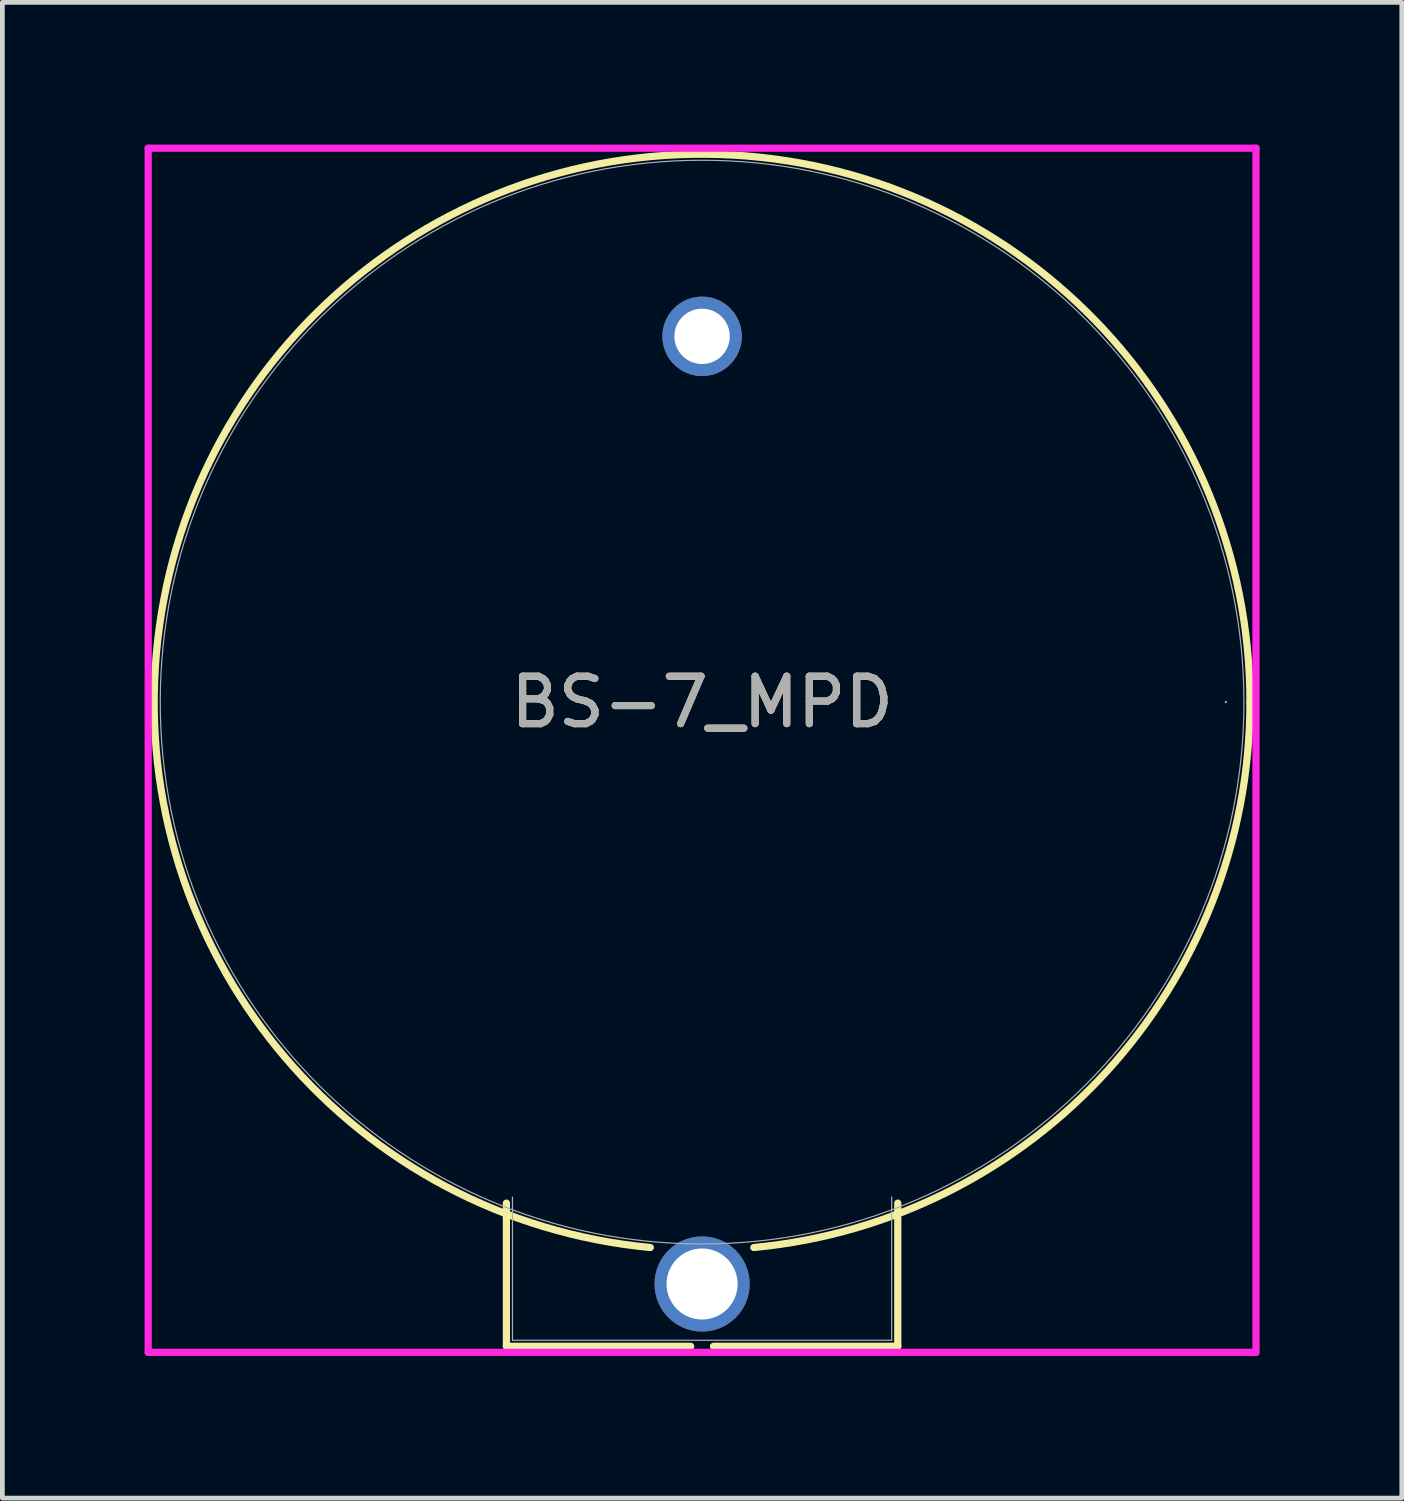
<source format=kicad_pcb>
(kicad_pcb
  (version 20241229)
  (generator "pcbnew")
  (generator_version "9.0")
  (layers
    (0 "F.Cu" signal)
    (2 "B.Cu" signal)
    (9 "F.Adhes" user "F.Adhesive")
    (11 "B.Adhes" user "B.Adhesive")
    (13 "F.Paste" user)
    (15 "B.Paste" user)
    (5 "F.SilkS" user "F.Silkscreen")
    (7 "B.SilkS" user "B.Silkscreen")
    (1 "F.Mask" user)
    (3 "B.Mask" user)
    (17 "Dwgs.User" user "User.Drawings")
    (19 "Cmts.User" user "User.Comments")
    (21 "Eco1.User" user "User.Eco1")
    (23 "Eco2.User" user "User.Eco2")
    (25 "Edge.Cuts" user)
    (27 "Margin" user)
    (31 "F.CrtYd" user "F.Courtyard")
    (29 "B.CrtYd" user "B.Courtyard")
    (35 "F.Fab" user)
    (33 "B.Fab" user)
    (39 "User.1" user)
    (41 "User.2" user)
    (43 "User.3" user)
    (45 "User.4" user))
  (footprint "BS-7_MPD"
    (layer "F.Cu")
    (at 11.76 4.045)
    (property "Reference" "BS-7_MPD" (at 0 7.715 0) (unlocked yes) (layer "F.SilkS") (effects (font (size 1 1) (thickness 0.15))))
    (attr through_hole)
    (fp_line (start -4.128 18.284) (end -4.128 21.304) (stroke (width 0.152) (type solid)) (layer "F.SilkS"))
    (fp_line (start -4.128 21.304) (end -0.241 21.304) (stroke (width 0.152) (type solid)) (layer "F.SilkS"))
    (fp_line (start 0.241 21.304) (end 4.128 21.304) (stroke (width 0.152) (type solid)) (layer "F.SilkS"))
    (fp_line (start 4.128 21.304) (end 4.128 18.284) (stroke (width 0.152) (type solid)) (layer "F.SilkS"))
    (fp_arc (start -1.092168 19.220278) (mid -7.776312 -0.834457) (end 11.557 7.715) (stroke (width 0.1524) (type solid)) (layer "F.SilkS"))
    (fp_arc (start 11.557 7.715006) (mid 8.549455 15.491315) (end 1.092168 19.220278) (stroke (width 0.1524) (type solid)) (layer "F.SilkS"))
    (fp_line (start -11.684 -3.969) (end 11.684 -3.969) (stroke (width 0.152) (type solid)) (layer "F.CrtYd"))
    (fp_line (start -11.684 21.431) (end -11.684 -3.969) (stroke (width 0.152) (type solid)) (layer "F.CrtYd"))
    (fp_line (start 11.684 -3.969) (end 11.684 21.431) (stroke (width 0.152) (type solid)) (layer "F.CrtYd"))
    (fp_line (start 11.684 21.431) (end -11.684 21.431) (stroke (width 0.152) (type solid)) (layer "F.CrtYd"))
    (fp_line (start -4 18.157) (end -4 21.177) (stroke (width 0.025) (type solid)) (layer "F.Fab"))
    (fp_line (start -4 21.177) (end 4 21.177) (stroke (width 0.025) (type solid)) (layer "F.Fab"))
    (fp_line (start 4 21.177) (end 4 18.157) (stroke (width 0.025) (type solid)) (layer "F.Fab"))
    (fp_circle (center 0 7.715) (end 11.43 7.715) (stroke (width 0.025) (type solid)) (fill no) (layer "F.Fab"))
    (fp_circle (center 11.049 7.715) (end 11.049 7.715) (stroke (width 0.025) (type solid)) (fill no) (layer "F.Fab"))
    (fp_text user "${REFERENCE}" (at 0 7.715 0) (unlocked yes) (layer "F.Fab") (effects (font (size 1 1) (thickness 0.15))))
    (pad "1" thru_hole circle (at 0 0) (size 1.676 1.676) (drill 1.168) (layers "*.Cu" "*.Mask"))
    (pad "2" thru_hole circle (at 0 19.99) (size 2.007 2.007) (drill 1.499) (layers "*.Cu" "*.Mask")))
  (gr_rect
    (start -3 -3)
    (end 26.52 28.552)
    (stroke (width 0.1) (type default))
    (fill no)
    (layer "Edge.Cuts")))
</source>
